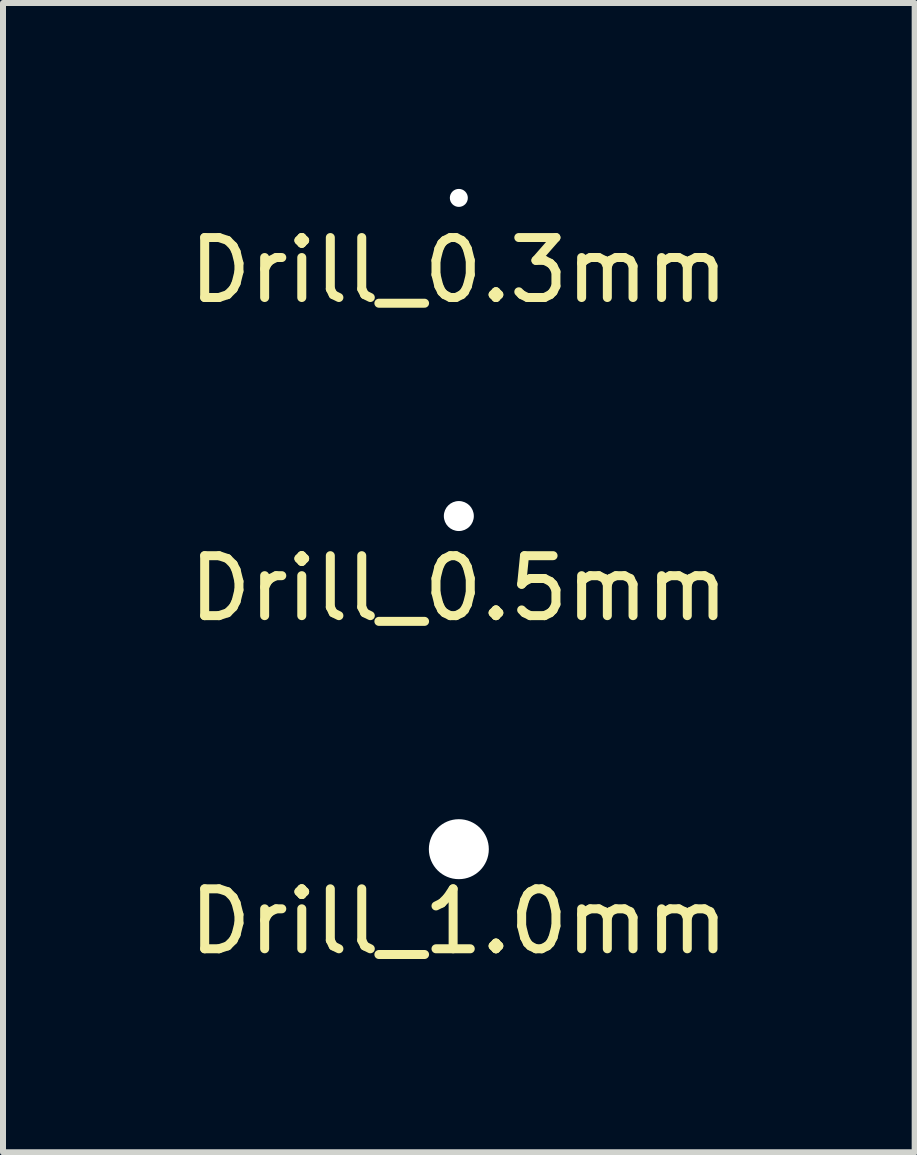
<source format=kicad_pcb>
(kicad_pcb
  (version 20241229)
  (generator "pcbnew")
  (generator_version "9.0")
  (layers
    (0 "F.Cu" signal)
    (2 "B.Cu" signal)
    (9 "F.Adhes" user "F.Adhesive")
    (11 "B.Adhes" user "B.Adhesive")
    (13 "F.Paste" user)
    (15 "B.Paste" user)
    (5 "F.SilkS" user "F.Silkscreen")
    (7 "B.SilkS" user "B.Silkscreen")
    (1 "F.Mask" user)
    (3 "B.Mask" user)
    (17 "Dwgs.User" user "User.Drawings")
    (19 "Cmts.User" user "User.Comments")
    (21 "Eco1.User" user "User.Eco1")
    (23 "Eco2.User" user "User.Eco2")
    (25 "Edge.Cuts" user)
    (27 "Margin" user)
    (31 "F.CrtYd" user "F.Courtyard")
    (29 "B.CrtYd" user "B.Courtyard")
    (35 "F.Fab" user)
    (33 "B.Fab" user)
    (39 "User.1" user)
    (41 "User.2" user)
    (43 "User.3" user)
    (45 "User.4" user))
  (footprint "Drill_0.5mm"
    (layer "F.Cu")
    (at 4.601 5.555)
    (property "Reference" "Drill_0.5mm" (at 0 1.206 0) (layer "F.SilkS") (effects (font (size 1 1) (thickness 0.15))))
    (attr through_hole)
    (pad "" np_thru_hole circle (at 0 0) (size 0.5 0.5) (drill 0.5) (layers "*.Cu" "*.Mask")))
  (footprint "Drill_1.0mm"
    (layer "F.Cu")
    (at 4.601 11.11)
    (property "Reference" "Drill_1.0mm" (at 0 1.206 0) (layer "F.SilkS") (effects (font (size 1 1) (thickness 0.15))))
    (attr through_hole)
    (pad "" np_thru_hole circle (at 0 0) (size 1 1) (drill 1) (layers "*.Cu" "*.Mask")))
  (footprint "Drill_0.3mm"
    (layer "F.Cu")
    (at 4.601 0.25)
    (property "Reference" "Drill_0.3mm" (at 0 1.206 0) (layer "F.SilkS") (effects (font (size 1 1) (thickness 0.15))))
    (attr through_hole)
    (pad "" np_thru_hole circle (at 0 0) (size 0.3 0.3) (drill 0.3) (layers "*.Cu" "*.Mask")))
  (gr_rect
    (start -3 -3)
    (end 12.202 16.164)
    (stroke (width 0.1) (type default))
    (fill no)
    (layer "Edge.Cuts")))
</source>
